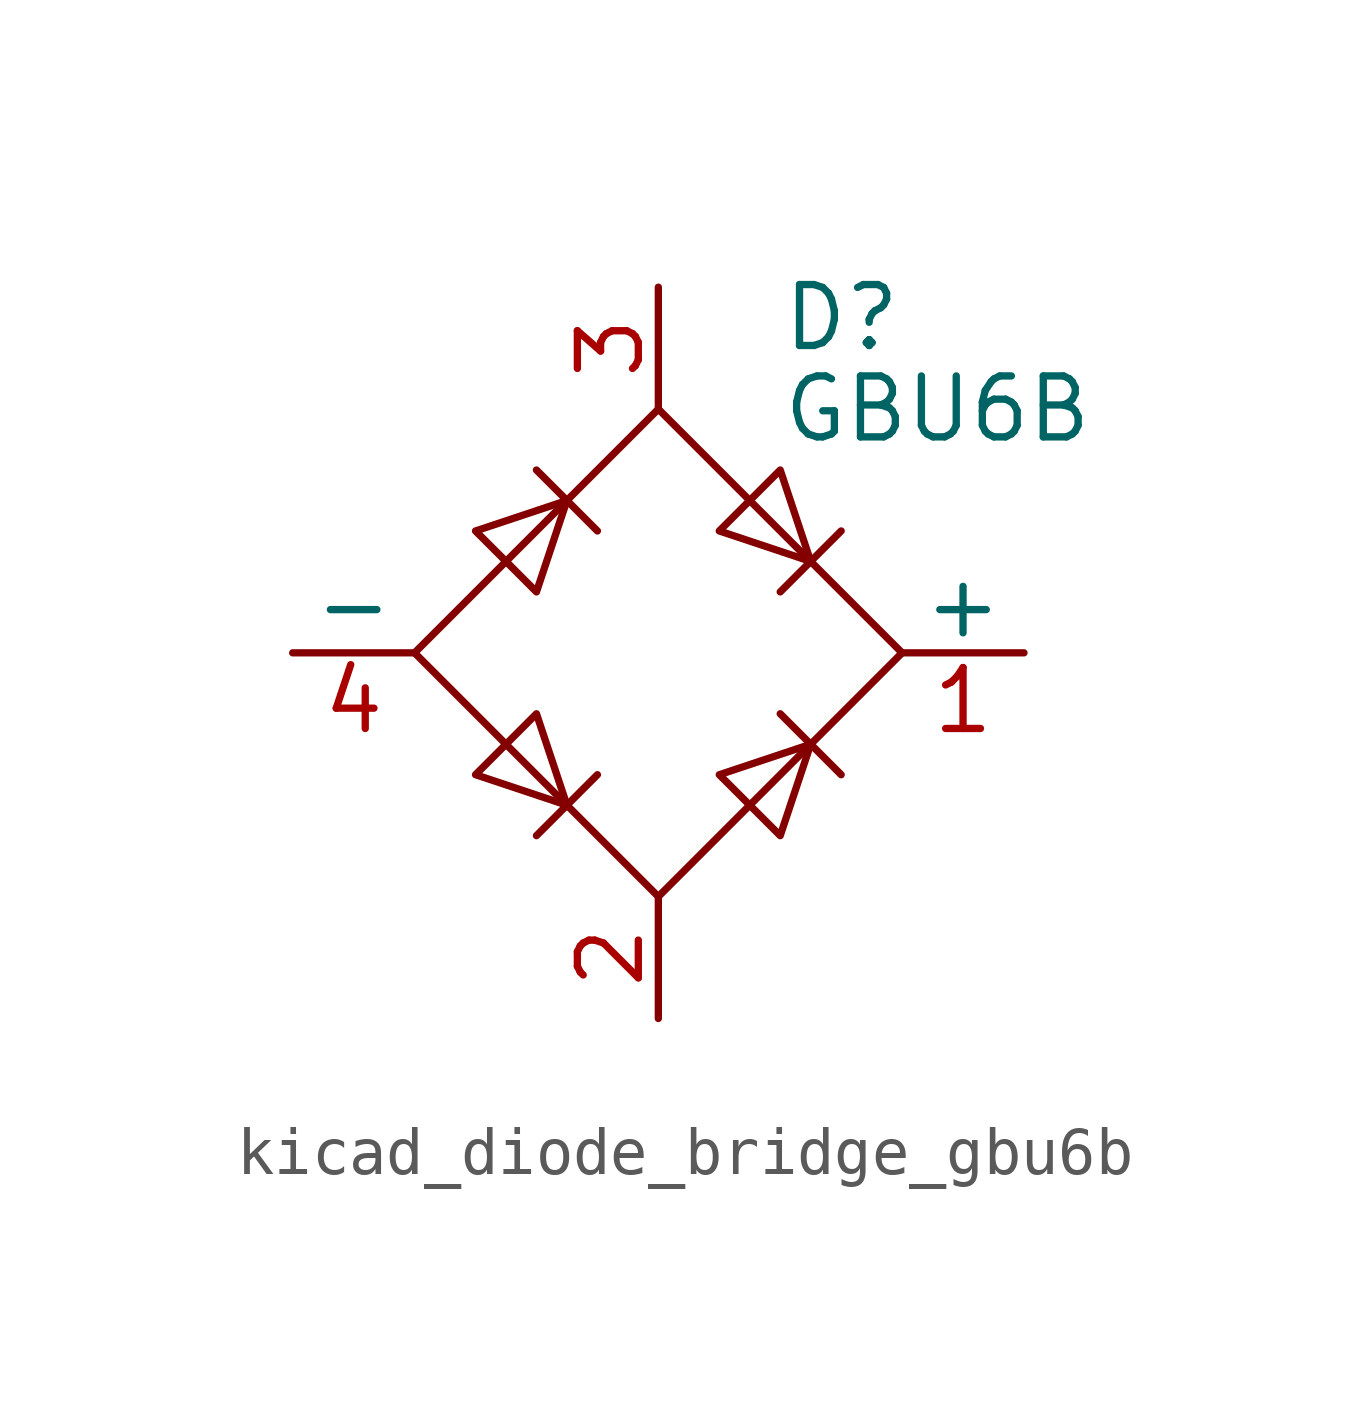
<source format=kicad_sym>
(kicad_symbol_lib
  (version 20220914)
  (generator kicad_symbol_editor)
  (symbol "kicad_diode_bridge_gbu6b"
    (pin_names
      (offset 0))
    (property "Reference" "D"
      (at 2.54 6.985 0)
      (effects (font (size 1.27 1.27)) (justify left)))
    (property "Value" "GBU6B"
      (at 2.54 5.08 0)
      (effects (font (size 1.27 1.27)) (justify left)))
    (symbol "kicad_diode_bridge_gbu6b_0_1"
      (polyline (pts (xy -2.54 3.81) (xy -1.27 2.54)) (stroke (width 0) (type default)) (fill (type none)))
      (polyline (pts (xy -1.27 -2.54) (xy -2.54 -3.81)) (stroke (width 0) (type default)) (fill (type none)))
      (polyline (pts (xy 2.54 -1.27) (xy 3.81 -2.54)) (stroke (width 0) (type default)) (fill (type none)))
      (polyline (pts (xy 2.54 1.27) (xy 3.81 2.54)) (stroke (width 0) (type default)) (fill (type none)))
      (polyline (pts (xy -3.81 2.54) (xy -2.54 1.27) (xy -1.905 3.175) (xy -3.81 2.54)) (stroke (width 0) (type default)) (fill (type none)))
      (polyline (pts (xy -2.54 -1.27) (xy -3.81 -2.54) (xy -1.905 -3.175) (xy -2.54 -1.27)) (stroke (width 0) (type default)) (fill (type none)))
      (polyline (pts (xy 1.27 2.54) (xy 2.54 3.81) (xy 3.175 1.905) (xy 1.27 2.54)) (stroke (width 0) (type default)) (fill (type none)))
      (polyline (pts (xy 3.175 -1.905) (xy 1.27 -2.54) (xy 2.54 -3.81) (xy 3.175 -1.905)) (stroke (width 0) (type default)) (fill (type none)))
      (polyline (pts (xy -5.08 0) (xy 0 -5.08) (xy 5.08 0) (xy 0 5.08) (xy -5.08 0)) (stroke (width 0) (type default)) (fill (type none))))
    (symbol "kicad_diode_bridge_gbu6b_1_1"
      (pin passive line (at 7.62 0 180) (length 2.54) (name "+" (effects (font (size 1.27 1.27)))) (number "1" (effects (font (size 1.27 1.27)))))
      (pin passive line (at 0 -7.62 90) (length 2.54) (name "~" (effects (font (size 1.27 1.27)))) (number "2" (effects (font (size 1.27 1.27)))))
      (pin passive line (at 0 7.62 270) (length 2.54) (name "~" (effects (font (size 1.27 1.27)))) (number "3" (effects (font (size 1.27 1.27)))))
      (pin passive line (at -7.62 0 0) (length 2.54) (name "-" (effects (font (size 1.27 1.27)))) (number "4" (effects (font (size 1.27 1.27))))))))
</source>
